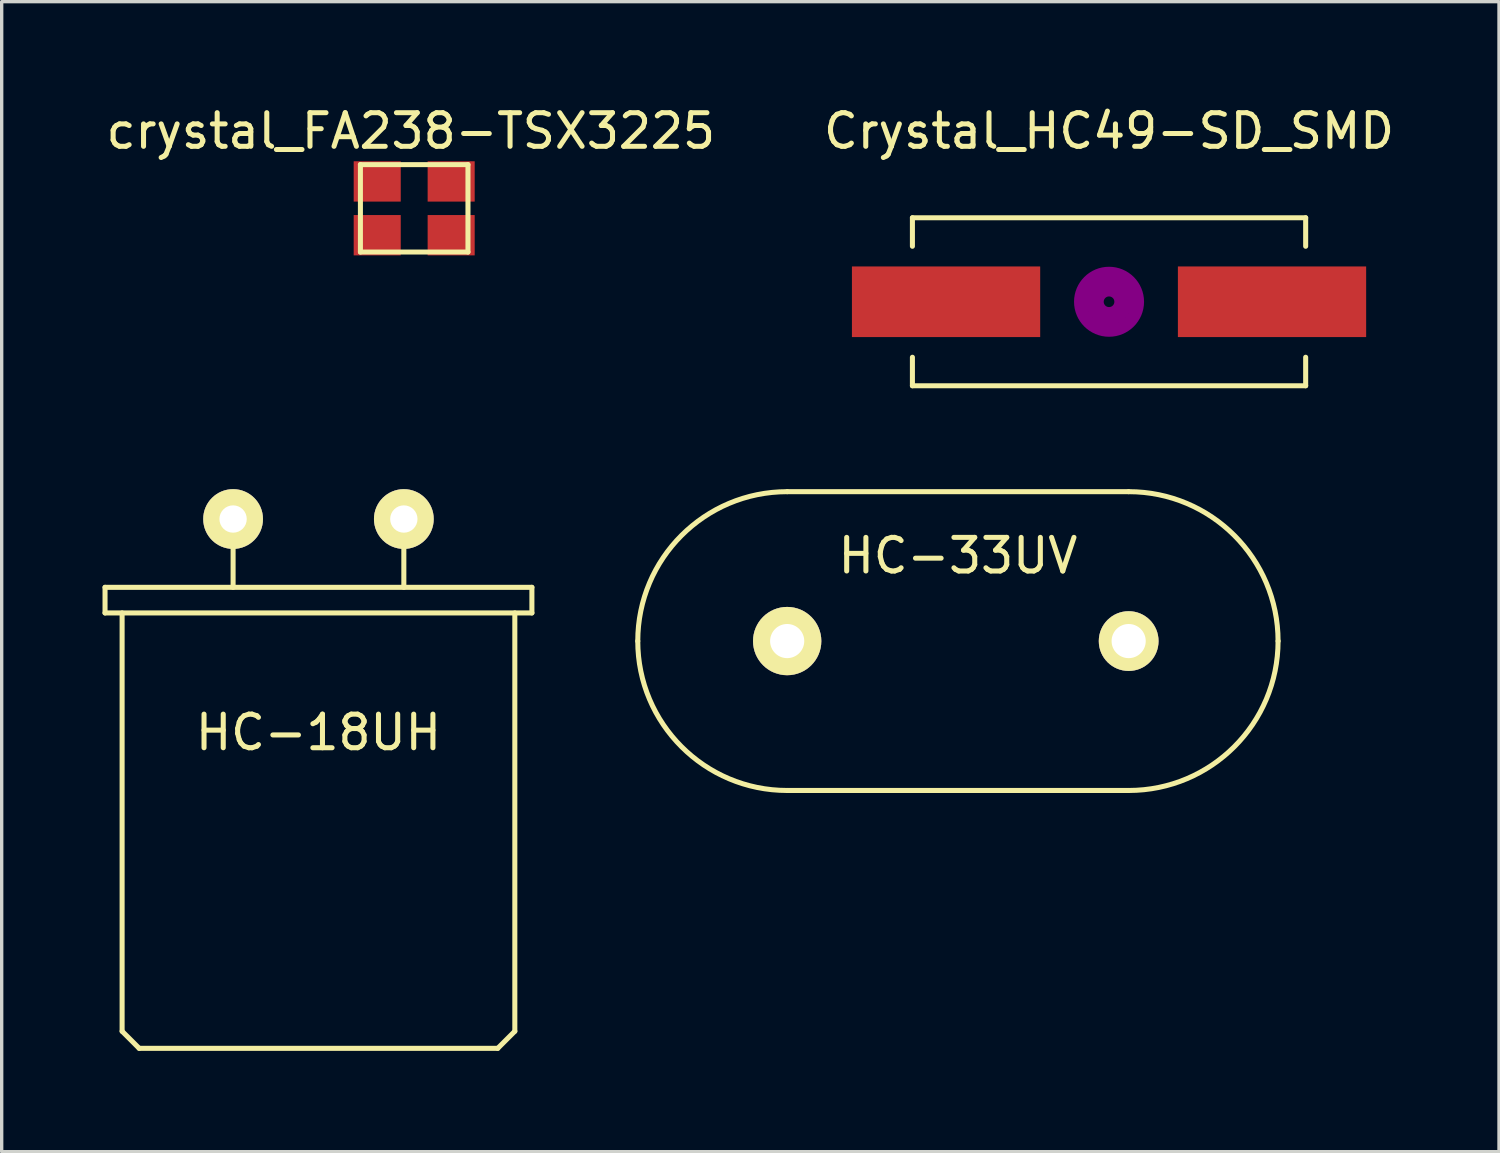
<source format=kicad_pcb>
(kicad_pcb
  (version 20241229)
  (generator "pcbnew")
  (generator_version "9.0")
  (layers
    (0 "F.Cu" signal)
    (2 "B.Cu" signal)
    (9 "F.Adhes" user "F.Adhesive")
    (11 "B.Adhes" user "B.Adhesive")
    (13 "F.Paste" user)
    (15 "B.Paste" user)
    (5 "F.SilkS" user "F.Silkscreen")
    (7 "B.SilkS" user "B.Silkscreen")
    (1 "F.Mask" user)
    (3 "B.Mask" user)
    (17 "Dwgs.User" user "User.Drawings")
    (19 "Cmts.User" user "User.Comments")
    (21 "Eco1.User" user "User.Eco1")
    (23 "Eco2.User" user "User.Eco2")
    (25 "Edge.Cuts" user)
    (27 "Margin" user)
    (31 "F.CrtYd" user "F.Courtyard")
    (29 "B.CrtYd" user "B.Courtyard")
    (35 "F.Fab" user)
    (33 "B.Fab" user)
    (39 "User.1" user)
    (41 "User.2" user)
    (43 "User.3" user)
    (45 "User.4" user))
  (footprint "HC-33UV"
    (layer "F.Cu")
    (at 25.45 16.023)
    (property "Reference" "HC-33UV" (at 0 -2.54 0) (layer "F.SilkS") (effects (font (size 1 1) (thickness 0.15))))
    (attr through_hole)
    (fp_line (start -5.08 -4.445) (end 5.08 -4.445) (stroke (width 0.15) (type solid)) (layer "F.SilkS"))
    (fp_line (start 5.08 4.445) (end -5.08 4.445) (stroke (width 0.15) (type solid)) (layer "F.SilkS"))
    (fp_arc (start -9.525 0) (mid -8.22309 -3.14309) (end -5.08 -4.445) (stroke (width 0.15) (type solid)) (layer "F.SilkS"))
    (fp_arc (start -5.08 4.445) (mid -8.22309 3.14309) (end -9.525 0) (stroke (width 0.15) (type solid)) (layer "F.SilkS"))
    (fp_arc (start 5.08 -4.445) (mid 8.22309 -3.14309) (end 9.525 0) (stroke (width 0.15) (type solid)) (layer "F.SilkS"))
    (fp_arc (start 9.525 0) (mid 8.22309 3.14309) (end 5.08 4.445) (stroke (width 0.15) (type solid)) (layer "F.SilkS"))
    (pad "1" thru_hole circle (at -5.08 0) (size 2.032 2.032) (drill 1.016) (layers "*.Cu" "*.Mask" "F.SilkS"))
    (pad "2" thru_hole circle (at 5.08 0) (size 1.778 1.778) (drill 1.016) (layers "*.Cu" "*.Mask" "F.SilkS")))
  (footprint "HC-18UH"
    (layer "F.Cu")
    (at 6.425 12.392)
    (property "Reference" "HC-18UH" (at 0 6.35 0) (layer "F.SilkS") (effects (font (size 1 1) (thickness 0.15))))
    (attr through_hole)
    (fp_line (start -6.35 2.794) (end -6.35 2.032) (stroke (width 0.15) (type solid)) (layer "F.SilkS"))
    (fp_line (start -5.842 2.794) (end -5.842 15.24) (stroke (width 0.15) (type solid)) (layer "F.SilkS"))
    (fp_line (start -5.334 15.748) (end -5.842 15.24) (stroke (width 0.15) (type solid)) (layer "F.SilkS"))
    (fp_line (start -2.54 0) (end -2.54 2.032) (stroke (width 0.15) (type solid)) (layer "F.SilkS"))
    (fp_line (start 2.54 0) (end 2.54 2.032) (stroke (width 0.15) (type solid)) (layer "F.SilkS"))
    (fp_line (start 5.334 15.748) (end -5.334 15.748) (stroke (width 0.15) (type solid)) (layer "F.SilkS"))
    (fp_line (start 5.842 2.794) (end 5.842 15.24) (stroke (width 0.15) (type solid)) (layer "F.SilkS"))
    (fp_line (start 5.842 15.24) (end 5.334 15.748) (stroke (width 0.15) (type solid)) (layer "F.SilkS"))
    (fp_line (start 6.35 2.032) (end -6.35 2.032) (stroke (width 0.15) (type solid)) (layer "F.SilkS"))
    (fp_line (start 6.35 2.794) (end -6.35 2.794) (stroke (width 0.15) (type solid)) (layer "F.SilkS"))
    (fp_line (start 6.35 2.794) (end 6.35 2.032) (stroke (width 0.15) (type solid)) (layer "F.SilkS"))
    (pad "1" thru_hole circle (at -2.54 0) (size 1.778 1.778) (drill 0.813) (layers "*.Cu" "*.Mask" "F.SilkS"))
    (pad "2" thru_hole circle (at 2.54 0) (size 1.778 1.778) (drill 0.813) (layers "*.Cu" "*.Mask" "F.SilkS")))
  (footprint "crystal_FA238-TSX3225"
    (layer "F.Cu")
    (at 9.273 3.148)
    (property "Reference" "crystal_FA238-TSX3225" (at -0.1 -2.3 0) (layer "F.SilkS") (effects (font (size 1 1) (thickness 0.15))))
    (attr through_hole)
    (fp_line (start -1.6 -1.3) (end 1.6 -1.3) (stroke (width 0.15) (type solid)) (layer "F.SilkS"))
    (fp_line (start -1.6 1.3) (end -1.6 -1.3) (stroke (width 0.15) (type solid)) (layer "F.SilkS"))
    (fp_line (start 1.6 -1.3) (end 1.6 1.3) (stroke (width 0.15) (type solid)) (layer "F.SilkS"))
    (fp_line (start 1.6 1.3) (end -1.6 1.3) (stroke (width 0.15) (type solid)) (layer "F.SilkS"))
    (pad "1" smd rect (at -1.1 0.8) (size 1.4 1.2) (layers "F.Cu" "F.Mask" "F.Paste"))
    (pad "2" smd rect (at 1.1 -0.8) (size 1.4 1.2) (layers "F.Cu" "F.Mask" "F.Paste"))
    (pad "3" smd rect (at -1.1 -0.8) (size 1.4 1.2) (layers "F.Cu" "F.Mask" "F.Paste"))
    (pad "3" smd rect (at 1.1 0.8) (size 1.4 1.2) (layers "F.Cu" "F.Mask" "F.Paste")))
  (footprint "Crystal_HC49-SD_SMD"
    (layer "F.Cu")
    (at 29.946 5.928)
    (property "Reference" "Crystal_HC49-SD_SMD" (at 0 -5.08 0) (layer "F.SilkS") (effects (font (size 1 1) (thickness 0.15))))
    (attr smd)
    (fp_line (start -5.85 -2.499) (end -5.85 -1.651) (stroke (width 0.15) (type solid)) (layer "F.SilkS"))
    (fp_line (start -5.85 2.499) (end -5.85 1.651) (stroke (width 0.15) (type solid)) (layer "F.SilkS"))
    (fp_line (start -5.85 2.499) (end 5.85 2.499) (stroke (width 0.15) (type solid)) (layer "F.SilkS"))
    (fp_line (start 5.85 -2.499) (end -5.85 -2.499) (stroke (width 0.15) (type solid)) (layer "F.SilkS"))
    (fp_line (start 5.85 -2.499) (end 5.85 -1.651) (stroke (width 0.15) (type solid)) (layer "F.SilkS"))
    (fp_line (start 5.85 2.499) (end 5.85 1.651) (stroke (width 0.15) (type solid)) (layer "F.SilkS"))
    (fp_circle (center 0 0) (end 0.15 0.051) (stroke (width 0.381) (type solid)) (fill no) (layer "F.Adhes"))
    (fp_circle (center 0 0) (end 0.5 0) (stroke (width 0.381) (type solid)) (fill no) (layer "F.Adhes"))
    (fp_circle (center 0 0) (end 0.851 0) (stroke (width 0.381) (type solid)) (fill no) (layer "F.Adhes"))
    (pad "1" smd rect (at -4.849 0) (size 5.601 2.101) (layers "F.Cu" "F.Mask" "F.Paste"))
    (pad "2" smd rect (at 4.849 0) (size 5.601 2.101) (layers "F.Cu" "F.Mask" "F.Paste")))
  (gr_rect
    (start -3 -3)
    (end 41.548 31.215)
    (stroke (width 0.1) (type default))
    (fill no)
    (layer "Edge.Cuts")))
</source>
